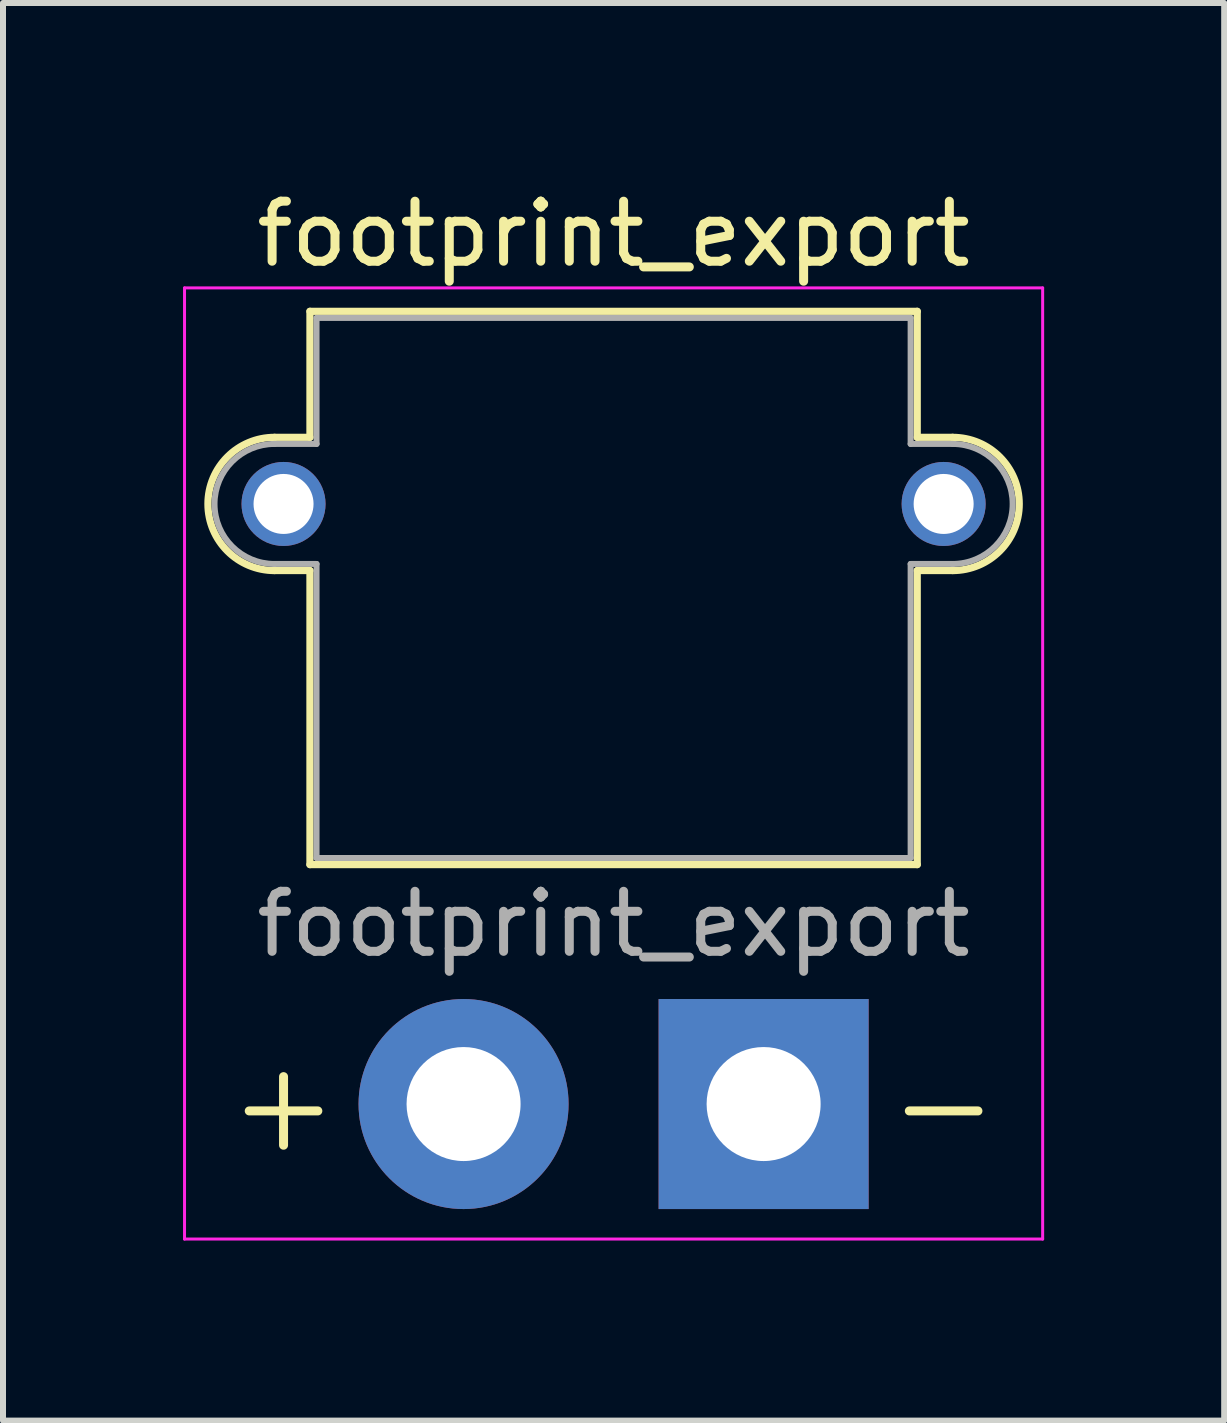
<source format=kicad_pcb>
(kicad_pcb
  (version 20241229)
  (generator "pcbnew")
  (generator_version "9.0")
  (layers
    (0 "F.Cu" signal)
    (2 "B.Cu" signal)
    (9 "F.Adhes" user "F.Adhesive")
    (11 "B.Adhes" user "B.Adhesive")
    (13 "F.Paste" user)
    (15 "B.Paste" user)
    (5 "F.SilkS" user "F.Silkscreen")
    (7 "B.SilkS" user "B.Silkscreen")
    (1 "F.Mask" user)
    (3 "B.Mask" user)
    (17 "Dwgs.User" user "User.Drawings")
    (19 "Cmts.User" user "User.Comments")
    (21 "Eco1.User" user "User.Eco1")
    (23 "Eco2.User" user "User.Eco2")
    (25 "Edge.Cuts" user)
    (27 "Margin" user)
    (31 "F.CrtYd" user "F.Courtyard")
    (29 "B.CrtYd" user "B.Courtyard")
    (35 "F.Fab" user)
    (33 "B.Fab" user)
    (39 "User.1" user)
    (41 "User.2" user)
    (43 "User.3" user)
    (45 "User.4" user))
  (footprint "footprint_export"
    (layer "F.Cu")
    (at 9.675 15.348)
    (property "Reference" "footprint_export" (at -2.5 -14.5 0) (layer "F.SilkS") (effects (font (size 1 1) (thickness 0.15))))
    (attr through_hole)
    (fp_line (start -8.15 -11.11) (end -7.56 -11.11) (stroke (width 0.12) (type solid)) (layer "F.SilkS"))
    (fp_line (start -8.15 -8.89) (end -7.56 -8.89) (stroke (width 0.12) (type solid)) (layer "F.SilkS"))
    (fp_line (start -7.56 -13.21) (end -7.56 -11.11) (stroke (width 0.12) (type solid)) (layer "F.SilkS"))
    (fp_line (start -7.56 -13.21) (end 2.56 -13.21) (stroke (width 0.12) (type solid)) (layer "F.SilkS"))
    (fp_line (start -7.56 -8.89) (end -7.56 -3.99) (stroke (width 0.12) (type solid)) (layer "F.SilkS"))
    (fp_line (start -7.56 -3.99) (end 2.56 -3.99) (stroke (width 0.12) (type solid)) (layer "F.SilkS"))
    (fp_line (start 2.56 -13.21) (end 2.56 -11.11) (stroke (width 0.12) (type solid)) (layer "F.SilkS"))
    (fp_line (start 2.56 -11.11) (end 3.15 -11.11) (stroke (width 0.12) (type solid)) (layer "F.SilkS"))
    (fp_line (start 2.56 -8.89) (end 2.56 -3.99) (stroke (width 0.12) (type solid)) (layer "F.SilkS"))
    (fp_line (start 2.56 -8.89) (end 3.15 -8.89) (stroke (width 0.12) (type solid)) (layer "F.SilkS"))
    (fp_arc (start -8.15 -8.89) (mid -9.26 -10) (end -8.15 -11.11) (stroke (width 0.12) (type solid)) (layer "F.SilkS"))
    (fp_arc (start 3.15 -11.11) (mid 4.26 -10) (end 3.15 -8.89) (stroke (width 0.12) (type solid)) (layer "F.SilkS"))
    (fp_line (start -9.65 -13.6) (end -9.65 2.25) (stroke (width 0.05) (type solid)) (layer "F.CrtYd"))
    (fp_line (start -9.65 -13.6) (end 4.65 -13.6) (stroke (width 0.05) (type solid)) (layer "F.CrtYd"))
    (fp_line (start -9.65 2.25) (end 4.65 2.25) (stroke (width 0.05) (type solid)) (layer "F.CrtYd"))
    (fp_line (start 4.65 -13.6) (end 4.65 2.25) (stroke (width 0.05) (type solid)) (layer "F.CrtYd"))
    (fp_line (start -8.15 -11) (end -7.45 -11) (stroke (width 0.1) (type solid)) (layer "F.Fab"))
    (fp_line (start -8.15 -9) (end -7.45 -9) (stroke (width 0.1) (type solid)) (layer "F.Fab"))
    (fp_line (start -7.45 -13.1) (end -7.45 -11) (stroke (width 0.1) (type solid)) (layer "F.Fab"))
    (fp_line (start -7.45 -13.1) (end 2.45 -13.1) (stroke (width 0.1) (type solid)) (layer "F.Fab"))
    (fp_line (start -7.45 -9) (end -7.45 -4.1) (stroke (width 0.1) (type solid)) (layer "F.Fab"))
    (fp_line (start -7.45 -4.1) (end 2.45 -4.1) (stroke (width 0.1) (type solid)) (layer "F.Fab"))
    (fp_line (start 2.45 -13.1) (end 2.45 -11) (stroke (width 0.1) (type solid)) (layer "F.Fab"))
    (fp_line (start 2.45 -11) (end 3.15 -11) (stroke (width 0.1) (type solid)) (layer "F.Fab"))
    (fp_line (start 2.45 -9) (end 2.45 -4.1) (stroke (width 0.1) (type solid)) (layer "F.Fab"))
    (fp_line (start 2.45 -9) (end 3.15 -9) (stroke (width 0.1) (type solid)) (layer "F.Fab"))
    (fp_arc (start -8.15 -9) (mid -9.15 -10) (end -8.15 -11) (stroke (width 0.1) (type solid)) (layer "F.Fab"))
    (fp_arc (start 3.15 -11) (mid 4.15 -10) (end 3.15 -9) (stroke (width 0.1) (type solid)) (layer "F.Fab"))
    (fp_text user "-" (at 3 0 0) (layer "F.SilkS") (effects (font (size 1.5 1.5) (thickness 0.15))))
    (fp_text user "+" (at -8 0 0) (layer "F.SilkS") (effects (font (size 1.5 1.5) (thickness 0.15))))
    (fp_text user "${REFERENCE}" (at -2.5 -3 0) (layer "F.Fab") (effects (font (size 1 1) (thickness 0.15))))
    (pad "" thru_hole circle (at -8 -10) (size 1.4 1.4) (drill 1) (layers "*.Cu" "*.Mask"))
    (pad "" thru_hole circle (at 3 -10) (size 1.4 1.4) (drill 1) (layers "*.Cu" "*.Mask"))
    (pad "1" thru_hole rect (at 0 0) (size 3.5 3.5) (drill 1.9) (layers "*.Cu" "*.Mask"))
    (pad "2" thru_hole circle (at -5 0) (size 3.5 3.5) (drill 1.9) (layers "*.Cu" "*.Mask")))
  (gr_rect
    (start -3 -3)
    (end 17.35 20.623)
    (stroke (width 0.1) (type default))
    (fill no)
    (layer "Edge.Cuts")))
</source>
